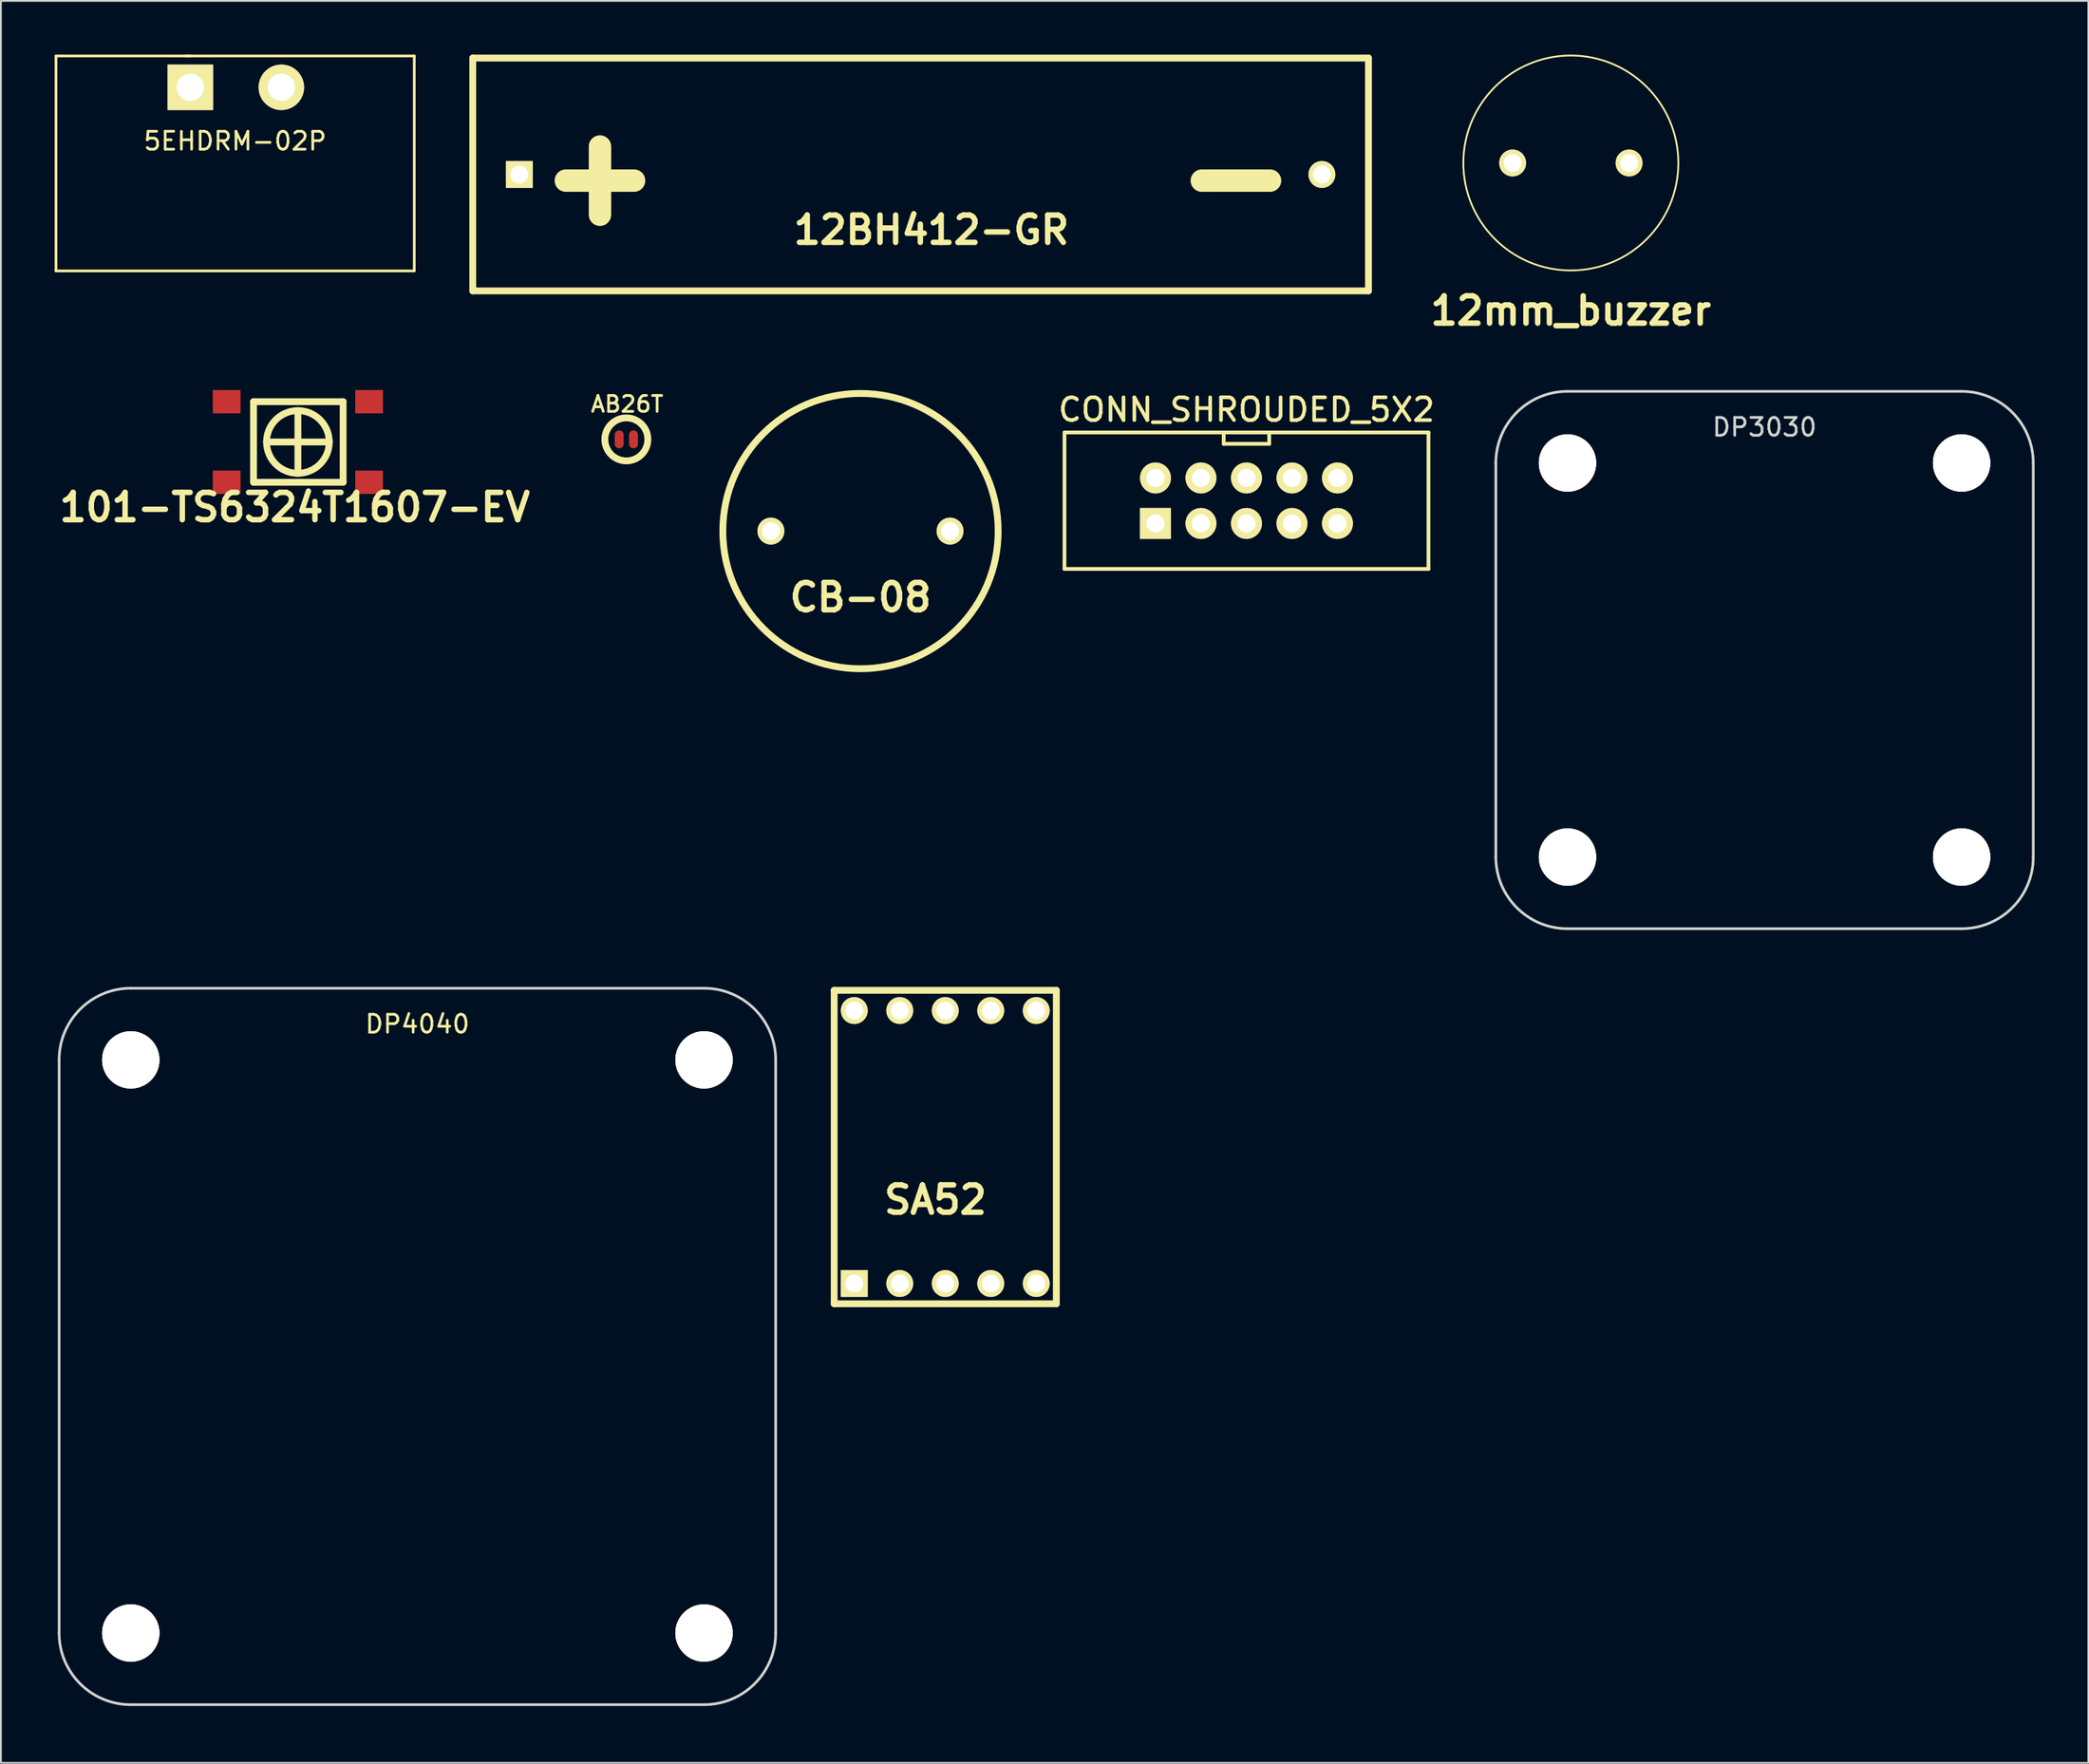
<source format=kicad_pcb>
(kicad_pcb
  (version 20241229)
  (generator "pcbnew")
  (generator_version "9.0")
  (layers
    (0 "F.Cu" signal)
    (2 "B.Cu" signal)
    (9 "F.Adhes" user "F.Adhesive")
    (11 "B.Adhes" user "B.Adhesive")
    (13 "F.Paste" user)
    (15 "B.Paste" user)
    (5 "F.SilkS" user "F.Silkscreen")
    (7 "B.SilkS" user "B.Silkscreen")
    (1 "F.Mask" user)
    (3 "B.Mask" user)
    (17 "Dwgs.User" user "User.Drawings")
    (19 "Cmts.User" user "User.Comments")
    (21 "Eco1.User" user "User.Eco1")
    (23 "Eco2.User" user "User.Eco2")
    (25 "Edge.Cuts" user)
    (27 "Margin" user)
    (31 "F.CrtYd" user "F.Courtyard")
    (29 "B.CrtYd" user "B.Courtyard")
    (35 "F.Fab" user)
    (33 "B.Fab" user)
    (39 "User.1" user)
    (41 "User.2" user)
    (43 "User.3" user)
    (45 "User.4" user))
  (footprint "5EHDRM-02P"
    (layer "F.Cu")
    (at 10.115 1.825)
    (property "Reference" "5EHDRM-02P" (at -0.04 3 0) (layer "F.SilkS") (effects (font (size 1 1) (thickness 0.15))))
    (attr through_hole)
    (fp_line (start -10.04 -1.75) (end -10.04 10.25) (stroke (width 0.15) (type solid)) (layer "F.SilkS"))
    (fp_line (start -10.04 10.25) (end 9.96 10.25) (stroke (width 0.15) (type solid)) (layer "F.SilkS"))
    (fp_line (start -2.54 -1.75) (end -10.04 -1.75) (stroke (width 0.15) (type solid)) (layer "F.SilkS"))
    (fp_line (start 9.96 -1.75) (end -2.79 -1.75) (stroke (width 0.15) (type solid)) (layer "F.SilkS"))
    (fp_line (start 9.96 10.25) (end 9.96 -1.75) (stroke (width 0.15) (type solid)) (layer "F.SilkS"))
    (pad "1" thru_hole rect (at -2.54 0) (size 2.54 2.54) (drill 1.524) (layers "*.Cu" "*.Mask" "F.SilkS"))
    (pad "2" thru_hole circle (at 2.54 0) (size 2.54 2.54) (drill 1.524) (layers "*.Cu" "*.Mask" "F.SilkS")))
  (footprint "12mm_buzzer"
    (layer "F.Cu")
    (at 84.637 6.05)
    (property "Reference" "12mm_buzzer" (at 0 8.25 0) (layer "F.SilkS") (effects (font (size 1.524 1.524) (thickness 0.305))))
    (attr through_hole)
    (fp_circle (center 0 0) (end 6 0) (stroke (width 0.1) (type solid)) (fill no) (layer "F.SilkS"))
    (pad "1" thru_hole circle (at -3.25 0) (size 1.5 1.5) (drill 1) (layers "*.Cu" "*.Mask" "F.SilkS"))
    (pad "2" thru_hole circle (at 3.25 0) (size 1.5 1.5) (drill 1) (layers "*.Cu" "*.Mask" "F.SilkS")))
  (footprint "12BH412-GR"
    (layer "F.Cu")
    (at 25.941 6.691)
    (property "Reference" "12BH412-GR" (at 23 3.1 0) (layer "F.SilkS") (effects (font (size 1.524 1.524) (thickness 0.305))))
    (attr through_hole)
    (fp_line (start -2.6 -6.5) (end 47.4 -6.5) (stroke (width 0.381) (type solid)) (layer "F.SilkS"))
    (fp_line (start -2.6 6.5) (end -2.6 -6.5) (stroke (width 0.381) (type solid)) (layer "F.SilkS"))
    (fp_line (start 47.4 -6.5) (end 47.4 6.5) (stroke (width 0.381) (type solid)) (layer "F.SilkS"))
    (fp_line (start 47.4 6.5) (end -2.6 6.5) (stroke (width 0.381) (type solid)) (layer "F.SilkS"))
    (fp_text user "-" (at 40 0 0) (layer "F.SilkS") (effects (font (size 5 5) (thickness 1.25))))
    (fp_text user "+" (at 4.5 0 0) (layer "F.SilkS") (effects (font (size 5 5) (thickness 1.25))))
    (pad "1" thru_hole rect (at 0 0) (size 1.501 1.501) (drill 1.001) (layers "*.Cu" "*.Mask" "F.SilkS"))
    (pad "2" thru_hole circle (at 44.8 0) (size 1.501 1.501) (drill 1.001) (layers "*.Cu" "*.Mask" "F.SilkS")))
  (footprint "SA52"
    (layer "F.Cu")
    (at 44.636 68.612)
    (property "Reference" "SA52" (at 4.53 -4.67 0) (layer "F.SilkS") (effects (font (size 1.524 1.524) (thickness 0.305))))
    (attr through_hole)
    (fp_line (start -1.12 -16.37) (end 11.28 -16.37) (stroke (width 0.381) (type solid)) (layer "F.SilkS"))
    (fp_line (start -1.12 1.13) (end -1.12 -16.37) (stroke (width 0.381) (type solid)) (layer "F.SilkS"))
    (fp_line (start 11.28 -16.37) (end 11.28 1.13) (stroke (width 0.381) (type solid)) (layer "F.SilkS"))
    (fp_line (start 11.28 1.13) (end -1.12 1.13) (stroke (width 0.381) (type solid)) (layer "F.SilkS"))
    (pad "1" thru_hole rect (at 0 0) (size 1.5 1.5) (drill 1) (layers "*.Cu" "*.Mask" "F.SilkS"))
    (pad "2" thru_hole circle (at 2.54 0) (size 1.5 1.5) (drill 1) (layers "*.Cu" "*.Mask" "F.SilkS"))
    (pad "3" thru_hole circle (at 5.08 0) (size 1.5 1.5) (drill 1) (layers "*.Cu" "*.Mask" "F.SilkS"))
    (pad "4" thru_hole circle (at 7.62 0) (size 1.5 1.5) (drill 1) (layers "*.Cu" "*.Mask" "F.SilkS"))
    (pad "5" thru_hole circle (at 10.16 0) (size 1.5 1.5) (drill 1) (layers "*.Cu" "*.Mask" "F.SilkS"))
    (pad "6" thru_hole circle (at 10.16 -15.24) (size 1.5 1.5) (drill 1) (layers "*.Cu" "*.Mask" "F.SilkS"))
    (pad "7" thru_hole circle (at 7.62 -15.24) (size 1.5 1.5) (drill 1) (layers "*.Cu" "*.Mask" "F.SilkS"))
    (pad "8" thru_hole circle (at 5.08 -15.24) (size 1.5 1.5) (drill 1) (layers "*.Cu" "*.Mask" "F.SilkS"))
    (pad "9" thru_hole circle (at 2.54 -15.24) (size 1.5 1.5) (drill 1) (layers "*.Cu" "*.Mask" "F.SilkS"))
    (pad "10" thru_hole circle (at 0 -15.24) (size 1.5 1.5) (drill 1) (layers "*.Cu" "*.Mask" "F.SilkS")))
  (footprint "AB26T"
    (layer "F.Cu")
    (at 31.514 21.482)
    (property "Reference" "AB26T" (at 0.445 -1.968 0) (layer "F.SilkS") (effects (font (size 0.889 0.889) (thickness 0.152))))
    (attr through_hole)
    (fp_circle (center 0.4 0) (end 1.6 0) (stroke (width 0.381) (type solid)) (fill no) (layer "F.SilkS"))
    (pad "1" smd oval (at 0 0) (size 0.5 1) (layers "F.Cu" "F.Mask" "F.Paste"))
    (pad "2" smd oval (at 0.8 0) (size 0.5 1) (layers "F.Cu" "F.Mask" "F.Paste")))
  (footprint "101-TS6324T1607-EV"
    (layer "F.Cu")
    (at 9.604 19.376)
    (property "Reference" "101-TS6324T1607-EV" (at 3.8 5.9 0) (layer "F.SilkS") (effects (font (size 1.524 1.524) (thickness 0.305))))
    (attr through_hole)
    (fp_line (start 1.5 0) (end 6.5 0) (stroke (width 0.381) (type solid)) (layer "F.SilkS"))
    (fp_line (start 1.5 4.5) (end 1.5 0) (stroke (width 0.381) (type solid)) (layer "F.SilkS"))
    (fp_line (start 3.975 0.5) (end 3.975 4) (stroke (width 0.381) (type solid)) (layer "F.SilkS"))
    (fp_line (start 5.725 2.25) (end 2.225 2.25) (stroke (width 0.381) (type solid)) (layer "F.SilkS"))
    (fp_line (start 6.5 0) (end 6.5 4.5) (stroke (width 0.381) (type solid)) (layer "F.SilkS"))
    (fp_line (start 6.5 4.5) (end 1.5 4.5) (stroke (width 0.381) (type solid)) (layer "F.SilkS"))
    (fp_circle (center 3.975 2.25) (end 5.725 2.25) (stroke (width 0.381) (type solid)) (fill no) (layer "F.SilkS"))
    (pad "1" smd rect (at 0 0) (size 1.55 1.3) (layers "F.Cu" "F.Mask" "F.Paste"))
    (pad "1" smd rect (at 7.95 0) (size 1.55 1.3) (layers "F.Cu" "F.Mask" "F.Paste"))
    (pad "2" smd rect (at 0 4.5) (size 1.55 1.3) (layers "F.Cu" "F.Mask" "F.Paste"))
    (pad "2" smd rect (at 7.95 4.5) (size 1.55 1.3) (layers "F.Cu" "F.Mask" "F.Paste")))
  (footprint "DP3030"
    (layer "F.Cu")
    (at 80.45 48.801)
    (property "Reference" "DP3030" (at 15 -28 0) (layer "Edge.Cuts") (effects (font (size 1 1) (thickness 0.15))))
    (attr through_hole)
    (fp_line (start 0 -26) (end 0 -4) (stroke (width 0.15) (type solid)) (layer "Edge.Cuts"))
    (fp_line (start 4 0) (end 26 0) (stroke (width 0.15) (type solid)) (layer "Edge.Cuts"))
    (fp_line (start 26 -30) (end 4 -30) (stroke (width 0.15) (type solid)) (layer "Edge.Cuts"))
    (fp_line (start 30 -4) (end 30 -26) (stroke (width 0.15) (type solid)) (layer "Edge.Cuts"))
    (fp_arc (start 0 -26) (mid 1.171573 -28.828427) (end 4 -30) (stroke (width 0.15) (type solid)) (layer "Edge.Cuts"))
    (fp_arc (start 4 0) (mid 1.171573 -1.171573) (end 0 -4) (stroke (width 0.15) (type solid)) (layer "Edge.Cuts"))
    (fp_arc (start 26 -30) (mid 28.828427 -28.828427) (end 30 -26) (stroke (width 0.15) (type solid)) (layer "Edge.Cuts"))
    (fp_arc (start 30 -4) (mid 28.828427 -1.171573) (end 26 0) (stroke (width 0.15) (type solid)) (layer "Edge.Cuts"))
    (pad "" thru_hole circle (at 4 -26) (size 3.2 3.2) (drill 3.2) (layers "*.Cu" "*.Mask" "F.SilkS"))
    (pad "" thru_hole circle (at 4 -4) (size 3.2 3.2) (drill 3.2) (layers "*.Cu" "*.Mask" "F.SilkS"))
    (pad "" thru_hole circle (at 26 -26) (size 3.2 3.2) (drill 3.2) (layers "*.Cu" "*.Mask" "F.SilkS"))
    (pad "" thru_hole circle (at 26 -4) (size 3.2 3.2) (drill 3.2) (layers "*.Cu" "*.Mask" "F.SilkS")))
  (footprint "CONN_SHROUDED_5X2"
    (layer "F.Cu")
    (at 66.53 24.906)
    (property "Reference" "CONN_SHROUDED_5X2" (at 0 -5.08 0) (layer "F.SilkS") (effects (font (size 1.27 1.27) (thickness 0.203))))
    (attr through_hole)
    (fp_line (start -10.16 -3.81) (end 10.16 -3.81) (stroke (width 0.21) (type solid)) (layer "F.SilkS"))
    (fp_line (start -10.16 3.81) (end -10.16 -3.81) (stroke (width 0.21) (type solid)) (layer "F.SilkS"))
    (fp_line (start -5.08 3.81) (end -10.16 3.81) (stroke (width 0.21) (type solid)) (layer "F.SilkS"))
    (fp_line (start -1.27 -3.81) (end -1.27 -3.175) (stroke (width 0.21) (type solid)) (layer "F.SilkS"))
    (fp_line (start -1.27 -3.175) (end 1.27 -3.175) (stroke (width 0.21) (type solid)) (layer "F.SilkS"))
    (fp_line (start 1.27 -3.175) (end 1.27 -3.81) (stroke (width 0.21) (type solid)) (layer "F.SilkS"))
    (fp_line (start 10.16 -3.81) (end 10.16 3.81) (stroke (width 0.21) (type solid)) (layer "F.SilkS"))
    (fp_line (start 10.16 3.81) (end -5.08 3.81) (stroke (width 0.21) (type solid)) (layer "F.SilkS"))
    (pad "1" thru_hole rect (at -5.08 1.27) (size 1.727 1.727) (drill 1.016) (layers "*.Cu" "*.Mask" "F.SilkS"))
    (pad "2" thru_hole oval (at -5.08 -1.27) (size 1.727 1.727) (drill 1.016) (layers "*.Cu" "*.Mask" "F.SilkS"))
    (pad "3" thru_hole oval (at -2.54 1.27) (size 1.727 1.727) (drill 1.016) (layers "*.Cu" "*.Mask" "F.SilkS"))
    (pad "4" thru_hole oval (at -2.54 -1.27) (size 1.727 1.727) (drill 1.016) (layers "*.Cu" "*.Mask" "F.SilkS"))
    (pad "5" thru_hole oval (at 0 1.27) (size 1.727 1.727) (drill 1.016) (layers "*.Cu" "*.Mask" "F.SilkS"))
    (pad "6" thru_hole oval (at 0 -1.27) (size 1.727 1.727) (drill 1.016) (layers "*.Cu" "*.Mask" "F.SilkS"))
    (pad "7" thru_hole oval (at 2.54 1.27) (size 1.727 1.727) (drill 1.016) (layers "*.Cu" "*.Mask" "F.SilkS"))
    (pad "8" thru_hole oval (at 2.54 -1.27) (size 1.727 1.727) (drill 1.016) (layers "*.Cu" "*.Mask" "F.SilkS"))
    (pad "9" thru_hole oval (at 5.08 1.27) (size 1.727 1.727) (drill 1.016) (layers "*.Cu" "*.Mask" "F.SilkS"))
    (pad "10" thru_hole oval (at 5.08 -1.27) (size 1.727 1.727) (drill 1.016) (layers "*.Cu" "*.Mask" "F.SilkS")))
  (footprint "CB-08"
    (layer "F.Cu")
    (at 39.983 26.602)
    (property "Reference" "CB-08" (at 5.001 3.701 0) (layer "F.SilkS") (effects (font (size 1.524 1.524) (thickness 0.305))))
    (attr through_hole)
    (fp_circle (center 5.001 0) (end 11.501 -4.1) (stroke (width 0.381) (type solid)) (fill no) (layer "F.SilkS"))
    (pad "1" thru_hole circle (at 0 0) (size 1.501 1.501) (drill 1.001) (layers "*.Cu" "*.Mask" "F.SilkS"))
    (pad "2" thru_hole circle (at 10 0) (size 1.501 1.501) (drill 1.001) (layers "*.Cu" "*.Mask" "F.SilkS")))
  (footprint "DP4040"
    (layer "F.Cu")
    (at 0.25 92.126)
    (property "Reference" "DP4040" (at 20 -38 0) (layer "F.SilkS") (effects (font (size 1 1) (thickness 0.15))))
    (attr through_hole)
    (fp_line (start 0 -36) (end 0 -4) (stroke (width 0.15) (type solid)) (layer "Edge.Cuts"))
    (fp_line (start 4 0) (end 36 0) (stroke (width 0.15) (type solid)) (layer "Edge.Cuts"))
    (fp_line (start 36 -40) (end 4 -40) (stroke (width 0.15) (type solid)) (layer "Edge.Cuts"))
    (fp_line (start 40 -4) (end 40 -36) (stroke (width 0.15) (type solid)) (layer "Edge.Cuts"))
    (fp_arc (start 0 -36) (mid 1.171573 -38.828427) (end 4 -40) (stroke (width 0.15) (type solid)) (layer "Edge.Cuts"))
    (fp_arc (start 4 0) (mid 1.171573 -1.171573) (end 0 -4) (stroke (width 0.15) (type solid)) (layer "Edge.Cuts"))
    (fp_arc (start 36 -40) (mid 38.828427 -38.828427) (end 40 -36) (stroke (width 0.15) (type solid)) (layer "Edge.Cuts"))
    (fp_arc (start 40 -4) (mid 38.828427 -1.171573) (end 36 0) (stroke (width 0.15) (type solid)) (layer "Edge.Cuts"))
    (pad "" thru_hole circle (at 4 -36) (size 3.2 3.2) (drill 3.2) (layers "*.Cu" "*.Mask" "F.SilkS"))
    (pad "" thru_hole circle (at 4 -4) (size 3.2 3.2) (drill 3.2) (layers "*.Cu" "*.Mask" "F.SilkS"))
    (pad "" thru_hole circle (at 36 -36) (size 3.2 3.2) (drill 3.2) (layers "*.Cu" "*.Mask" "F.SilkS"))
    (pad "" thru_hole circle (at 36 -4) (size 3.2 3.2) (drill 3.2) (layers "*.Cu" "*.Mask" "F.SilkS")))
  (gr_rect
    (start -3 -3)
    (end 113.525 95.376)
    (stroke (width 0.1) (type default))
    (fill no)
    (layer "Edge.Cuts")))
</source>
